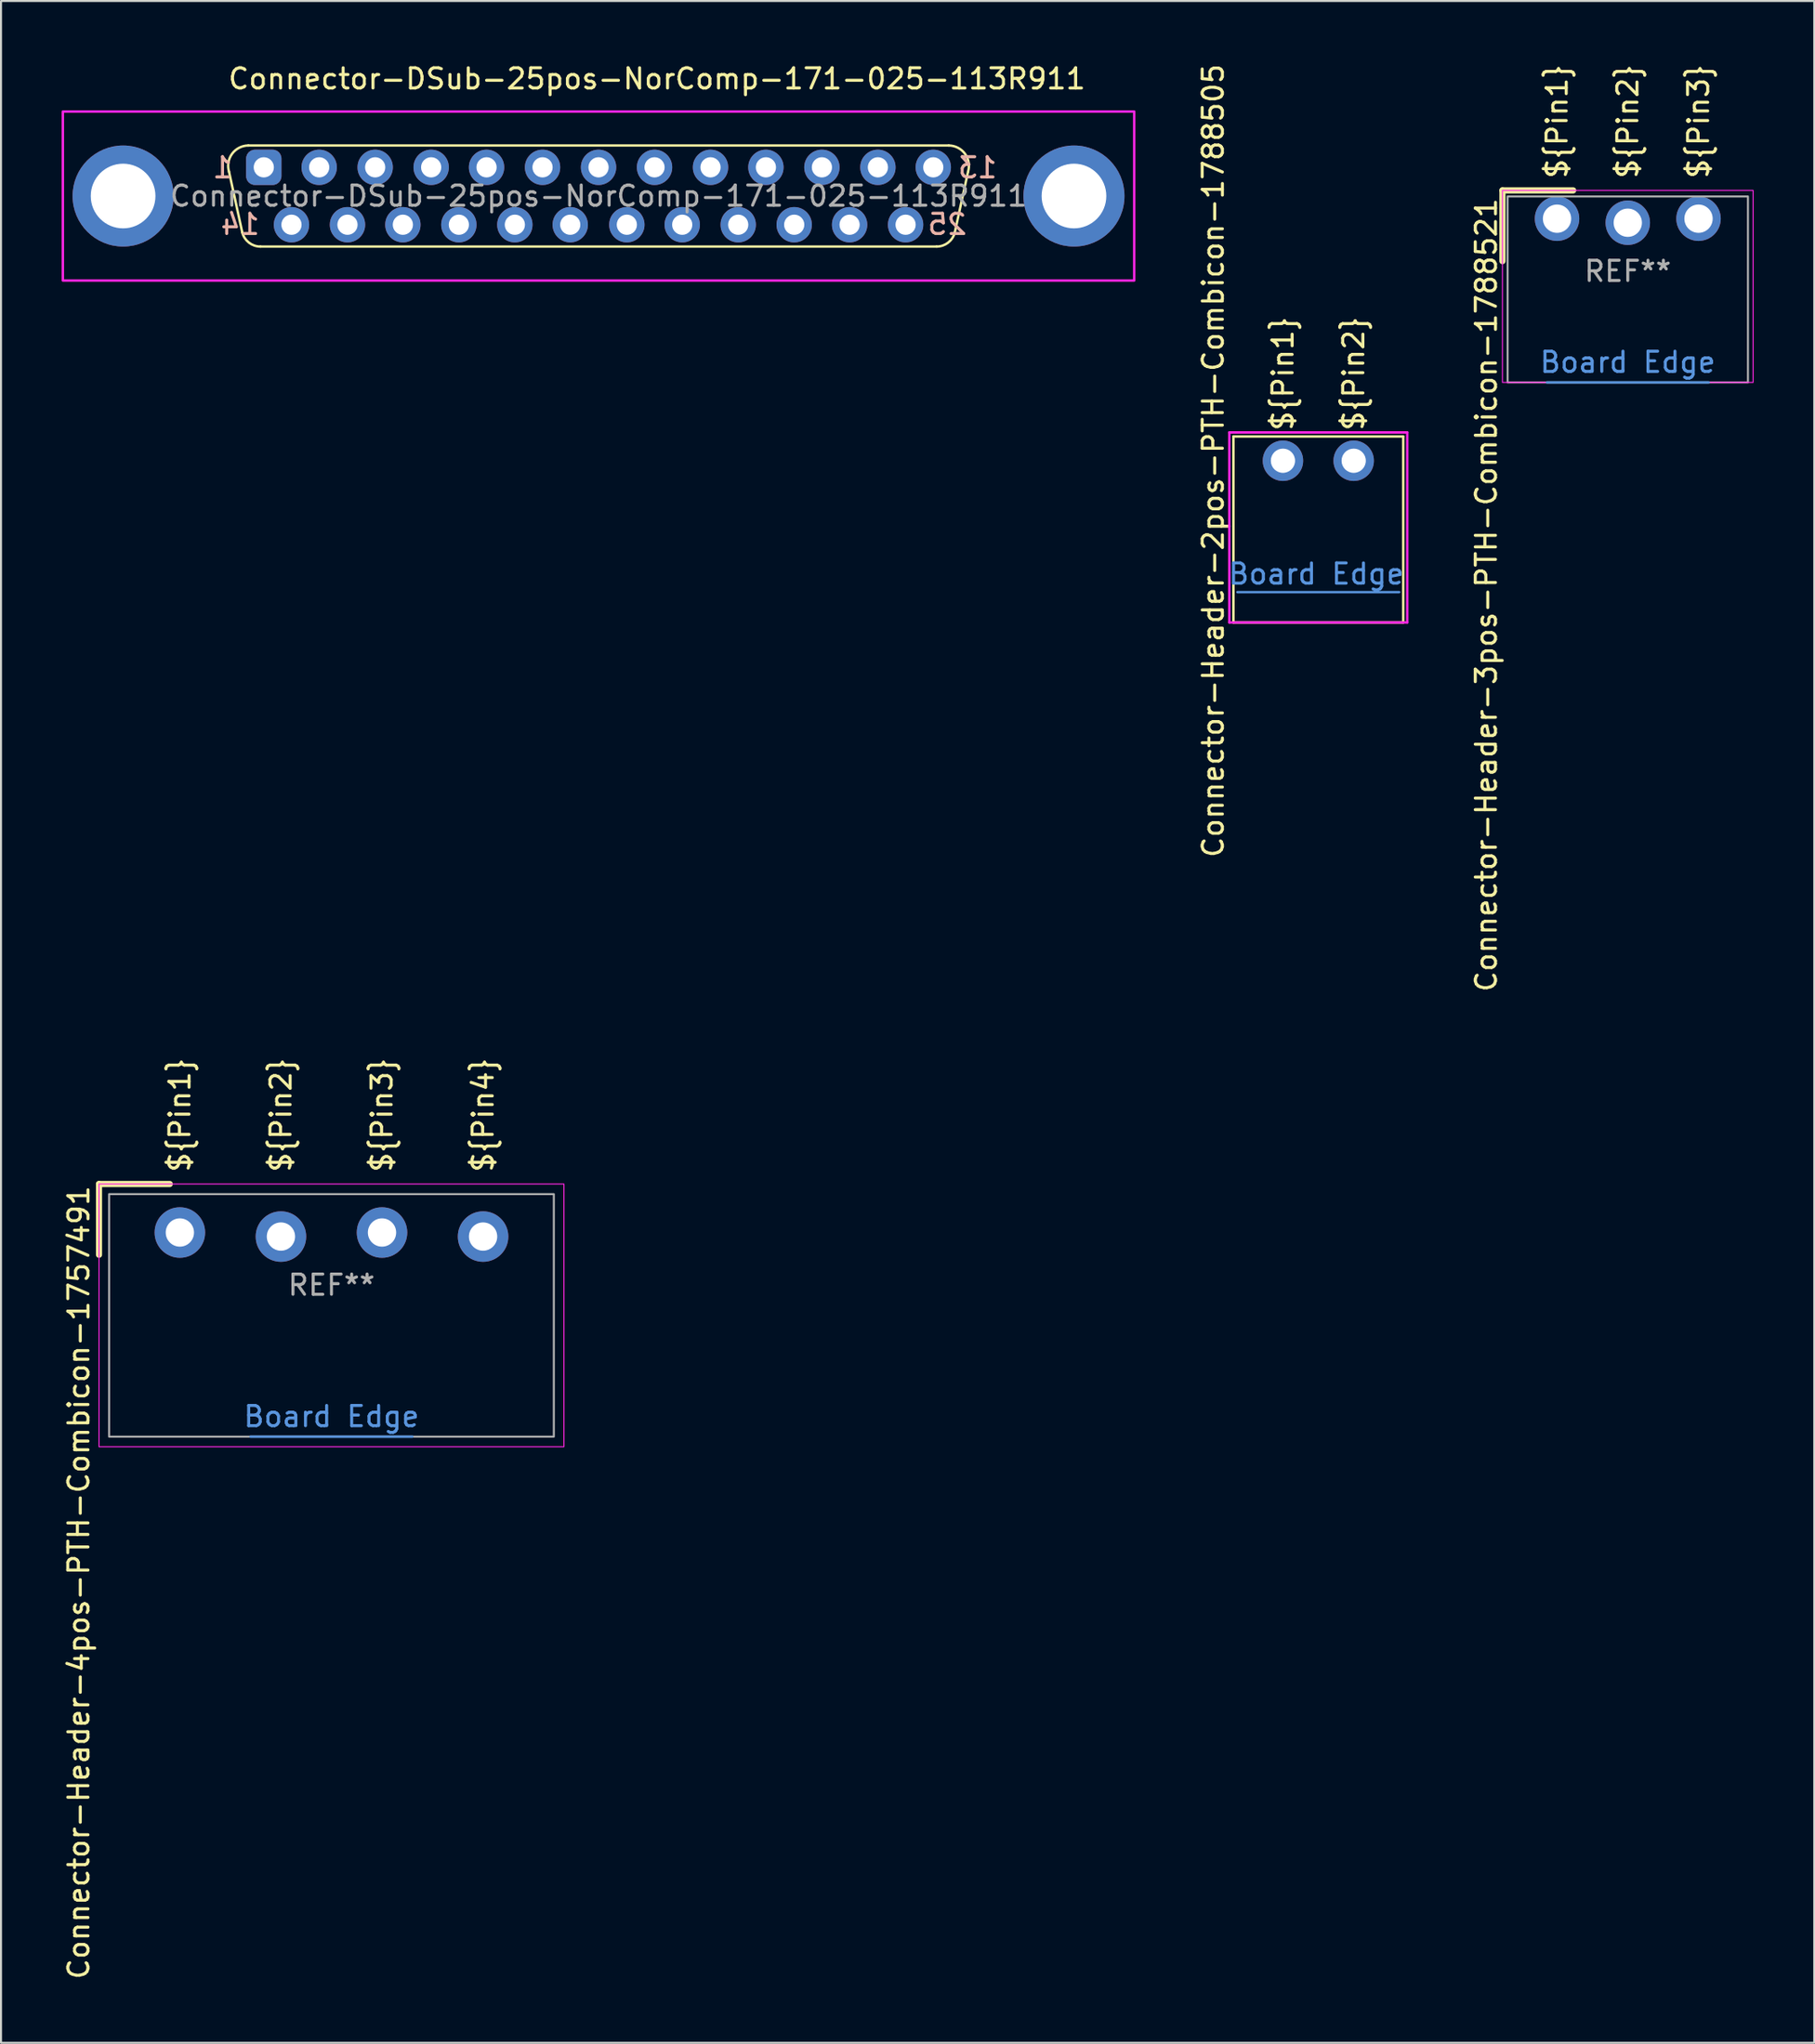
<source format=kicad_pcb>
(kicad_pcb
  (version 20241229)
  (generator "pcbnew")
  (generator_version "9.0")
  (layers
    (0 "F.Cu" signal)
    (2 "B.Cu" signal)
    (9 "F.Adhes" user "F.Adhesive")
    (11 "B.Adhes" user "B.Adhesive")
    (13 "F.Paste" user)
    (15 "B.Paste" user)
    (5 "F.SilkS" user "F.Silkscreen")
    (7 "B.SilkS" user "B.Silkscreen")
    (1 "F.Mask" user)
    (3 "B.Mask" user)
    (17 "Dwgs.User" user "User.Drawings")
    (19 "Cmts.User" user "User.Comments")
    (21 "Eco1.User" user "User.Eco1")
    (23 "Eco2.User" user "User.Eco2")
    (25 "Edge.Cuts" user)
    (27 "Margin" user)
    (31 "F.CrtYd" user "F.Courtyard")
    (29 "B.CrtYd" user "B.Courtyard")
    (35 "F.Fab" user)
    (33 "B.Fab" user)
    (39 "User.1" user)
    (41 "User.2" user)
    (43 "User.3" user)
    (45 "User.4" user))
  (footprint "Connector-DSub-25pos-NorComp-171-025-113R911"
    (layer "F.Cu")
    (at 26.56 6.648)
    (property "Reference" "Connector-DSub-25pos-NorComp-171-025-113R911" (at -18.4 -5.8 0) (unlocked yes) (layer "F.SilkS") (effects (font (size 1 1) (thickness 0.15)) (justify left)))
    (attr through_hole)
    (fp_line (start -17.625 1.8) (end -18.279 -1.2) (stroke (width 0.12) (type solid)) (layer "F.SilkS"))
    (fp_line (start -16.725 2.5) (end 16.725 2.5) (stroke (width 0.12) (type solid)) (layer "F.SilkS"))
    (fp_line (start 17.325 -2.5) (end -17.325 -2.5) (stroke (width 0.12) (type solid)) (layer "F.SilkS"))
    (fp_line (start 17.625 1.8) (end 18.279 -1.2) (stroke (width 0.12) (type solid)) (layer "F.SilkS"))
    (fp_arc (start -18.278929 -1.200001) (mid -18.128346 -2.089494) (end -17.325006 -2.500001) (stroke (width 0.12) (type solid)) (layer "F.SilkS"))
    (fp_arc (start -16.725006 2.499999) (mid -17.295569 2.305009) (end -17.625006 1.799999) (stroke (width 0.12) (type solid)) (layer "F.SilkS"))
    (fp_arc (start 17.324994 -2.500001) (mid 18.12835 -2.089503) (end 18.278917 -1.200001) (stroke (width 0.12) (type solid)) (layer "F.SilkS"))
    (fp_arc (start 17.624994 1.799999) (mid 17.295557 2.305008) (end 16.724994 2.499999) (stroke (width 0.12) (type solid)) (layer "F.SilkS"))
    (fp_rect (start -26.5 -4.18) (end 26.5 4.18) (stroke (width 0.12) (type solid)) (fill no) (layer "F.CrtYd"))
    (fp_text user "13" (at 17.7 -1.4 0) (unlocked yes) (layer "B.SilkS") (effects (font (size 1 1) (thickness 0.15)) (justify right mirror)))
    (fp_text user "25" (at 16.2 1.4 0) (unlocked yes) (layer "B.SilkS") (effects (font (size 1 1) (thickness 0.15)) (justify right mirror)))
    (fp_text user "1" (at -19.177 -1.4 0) (unlocked yes) (layer "B.SilkS") (effects (font (size 1 1) (thickness 0.15)) (justify right mirror)))
    (fp_text user "14" (at -16.677 1.4 0) (unlocked yes) (layer "B.SilkS") (effects (font (size 1 1) (thickness 0.15)) (justify left mirror)))
    (fp_text user "${REFERENCE}" (at 0 0 0) (unlocked yes) (layer "F.Fab") (effects (font (size 1 1) (thickness 0.15))))
    (pad "0" thru_hole circle (at -23.52 0 270) (size 5 5) (drill 3.2) (layers "*.Cu" "*.Mask"))
    (pad "0" thru_hole circle (at 23.52 0 270) (size 5 5) (drill 3.2) (layers "*.Cu" "*.Mask"))
    (pad "1" thru_hole roundrect (at -16.56 -1.42 270) (size 1.75 1.75) (drill 1) (layers "*.Cu" "*.Mask") (roundrect_rratio 0.25))
    (pad "2" thru_hole circle (at -13.82 -1.42 270) (size 1.75 1.75) (drill 1) (layers "*.Cu" "*.Mask"))
    (pad "3" thru_hole circle (at -11.05 -1.42 270) (size 1.75 1.75) (drill 1) (layers "*.Cu" "*.Mask"))
    (pad "4" thru_hole circle (at -8.28 -1.42 270) (size 1.75 1.75) (drill 1) (layers "*.Cu" "*.Mask"))
    (pad "5" thru_hole circle (at -5.54 -1.42 270) (size 1.75 1.75) (drill 1) (layers "*.Cu" "*.Mask"))
    (pad "6" thru_hole circle (at -2.77 -1.42 270) (size 1.75 1.75) (drill 1) (layers "*.Cu" "*.Mask"))
    (pad "7" thru_hole circle (at 0 -1.42 270) (size 1.75 1.75) (drill 1) (layers "*.Cu" "*.Mask"))
    (pad "8" thru_hole circle (at 2.77 -1.42 270) (size 1.75 1.75) (drill 1) (layers "*.Cu" "*.Mask"))
    (pad "9" thru_hole circle (at 5.54 -1.42 270) (size 1.75 1.75) (drill 1) (layers "*.Cu" "*.Mask"))
    (pad "10" thru_hole circle (at 8.28 -1.42 270) (size 1.75 1.75) (drill 1) (layers "*.Cu" "*.Mask"))
    (pad "11" thru_hole circle (at 11.05 -1.42 270) (size 1.75 1.75) (drill 1) (layers "*.Cu" "*.Mask"))
    (pad "12" thru_hole circle (at 13.82 -1.42 270) (size 1.75 1.75) (drill 1) (layers "*.Cu" "*.Mask"))
    (pad "13" thru_hole circle (at 16.56 -1.42 270) (size 1.75 1.75) (drill 1) (layers "*.Cu" "*.Mask"))
    (pad "14" thru_hole circle (at -15.19 1.42 270) (size 1.75 1.75) (drill 1) (layers "*.Cu" "*.Mask"))
    (pad "15" thru_hole circle (at -12.42 1.42 270) (size 1.75 1.75) (drill 1) (layers "*.Cu" "*.Mask"))
    (pad "16" thru_hole circle (at -9.68 1.42 270) (size 1.75 1.75) (drill 1) (layers "*.Cu" "*.Mask"))
    (pad "17" thru_hole circle (at -6.91 1.42 270) (size 1.75 1.75) (drill 1) (layers "*.Cu" "*.Mask"))
    (pad "18" thru_hole circle (at -4.14 1.42 270) (size 1.75 1.75) (drill 1) (layers "*.Cu" "*.Mask"))
    (pad "19" thru_hole circle (at -1.4 1.42 270) (size 1.75 1.75) (drill 1) (layers "*.Cu" "*.Mask"))
    (pad "20" thru_hole circle (at 1.4 1.42 270) (size 1.75 1.75) (drill 1) (layers "*.Cu" "*.Mask"))
    (pad "21" thru_hole circle (at 4.14 1.42 270) (size 1.75 1.75) (drill 1) (layers "*.Cu" "*.Mask"))
    (pad "22" thru_hole circle (at 6.91 1.42 270) (size 1.75 1.75) (drill 1) (layers "*.Cu" "*.Mask"))
    (pad "23" thru_hole circle (at 9.68 1.42 270) (size 1.75 1.75) (drill 1) (layers "*.Cu" "*.Mask"))
    (pad "24" thru_hole circle (at 12.42 1.42 270) (size 1.75 1.75) (drill 1) (layers "*.Cu" "*.Mask"))
    (pad "25" thru_hole circle (at 15.19 1.42 270) (size 1.75 1.75) (drill 1) (layers "*.Cu" "*.Mask")))
  (footprint "Connector-Header-4pos-PTH-Combicon-1757491"
    (layer "F.Cu")
    (at 13.348 58.026)
    (property "Reference" "Connector-Header-4pos-PTH-Combicon-1757491" (at -12.5 -2.5 90) (unlocked yes) (layer "F.SilkS") (effects (font (size 1 1) (thickness 0.15)) (justify right)))
    (attr through_hole)
    (fp_line (start -11.5 -2.5) (end -11.5 1) (stroke (width 0.305) (type default)) (layer "F.SilkS"))
    (fp_line (start -8 -2.5) (end -11.5 -2.5) (stroke (width 0.305) (type default)) (layer "F.SilkS"))
    (fp_line (start 4 10) (end -4 10) (stroke (width 0.12) (type solid)) (layer "Cmts.User"))
    (fp_rect (start -11.5 -2.5) (end 11.5 10.5) (stroke (width 0.05) (type default)) (fill no) (layer "F.CrtYd"))
    (fp_rect (start -11 -2) (end 11 10) (stroke (width 0.1) (type default)) (fill no) (layer "F.Fab"))
    (fp_text user "${Pin2}" (at -2.5 -3 90) (unlocked yes) (layer "F.SilkS") (effects (font (size 1 1) (thickness 0.15)) (justify left)))
    (fp_text user "${Pin3}" (at 2.5 -3 90) (unlocked yes) (layer "F.SilkS") (effects (font (size 1 1) (thickness 0.15)) (justify left)))
    (fp_text user "${Pin4}" (at 7.5 -3 90) (unlocked yes) (layer "F.SilkS") (effects (font (size 1 1) (thickness 0.15)) (justify left)))
    (fp_text user "${Pin1}" (at -7.5 -3 90) (unlocked yes) (layer "F.SilkS") (effects (font (size 1 1) (thickness 0.15)) (justify left)))
    (fp_text user "Board Edge" (at 0 9 0) (unlocked yes) (layer "Cmts.User") (effects (font (size 1 1) (thickness 0.15))))
    (fp_text user "REF**" (at 0 2.5 0) (unlocked yes) (layer "F.Fab") (effects (font (size 1 1) (thickness 0.15))))
    (pad "1" thru_hole circle (at -7.5 -0.1) (size 2.5 2.5) (drill 1.4) (layers "*.Cu" "*.Mask"))
    (pad "2" thru_hole circle (at -2.5 0.1) (size 2.5 2.5) (drill 1.4) (layers "*.Cu" "*.Mask"))
    (pad "3" thru_hole circle (at 2.5 -0.1) (size 2.5 2.5) (drill 1.4) (layers "*.Cu" "*.Mask"))
    (pad "4" thru_hole circle (at 7.5 0.1) (size 2.5 2.5) (drill 1.4) (layers "*.Cu" "*.Mask")))
  (footprint "Connector-Header-3pos-PTH-Combicon-1788521"
    (layer "F.Cu")
    (at 77.477 7.869)
    (property "Reference" "Connector-Header-3pos-PTH-Combicon-1788521" (at -7 -1.2 90) (unlocked yes) (layer "F.SilkS") (effects (font (size 1 1) (thickness 0.15)) (justify right)))
    (attr through_hole)
    (fp_line (start -6.2 -1.5) (end -6.2 2) (stroke (width 0.305) (type default)) (layer "F.SilkS"))
    (fp_line (start -2.7 -1.5) (end -6.2 -1.5) (stroke (width 0.305) (type default)) (layer "F.SilkS"))
    (fp_line (start 4 8) (end -4 8) (stroke (width 0.12) (type solid)) (layer "Cmts.User"))
    (fp_rect (start -6.2 -1.5) (end 6.2 8) (stroke (width 0.05) (type default)) (fill no) (layer "F.CrtYd"))
    (fp_rect (start -5.945 -1.2) (end 5.945 8) (stroke (width 0.1) (type default)) (fill no) (layer "F.Fab"))
    (fp_text user "${Pin1}" (at -3.5 -2 90) (unlocked yes) (layer "F.SilkS") (effects (font (size 1 1) (thickness 0.15)) (justify left)))
    (fp_text user "${Pin3}" (at 3.5 -2 90) (unlocked yes) (layer "F.SilkS") (effects (font (size 1 1) (thickness 0.15)) (justify left)))
    (fp_text user "${Pin2}" (at 0 -2 90) (unlocked yes) (layer "F.SilkS") (effects (font (size 1 1) (thickness 0.15)) (justify left)))
    (fp_text user "Board Edge" (at 0 7 0) (unlocked yes) (layer "Cmts.User") (effects (font (size 1 1) (thickness 0.15))))
    (fp_text user "REF**" (at 0 2.5 0) (unlocked yes) (layer "F.Fab") (effects (font (size 1 1) (thickness 0.15))))
    (pad "1" thru_hole circle (at -3.5 -0.1) (size 2.2 2.2) (drill 1.4) (layers "*.Cu" "*.Mask"))
    (pad "2" thru_hole circle (at 0 0.1) (size 2.2 2.2) (drill 1.4) (layers "*.Cu" "*.Mask"))
    (pad "3" thru_hole circle (at 3.5 -0.1) (size 2.2 2.2) (drill 1.4) (layers "*.Cu" "*.Mask")))
  (footprint "Connector-Header-2pos-PTH-Combicon-1788505"
    (layer "F.Cu")
    (at 62.168 19.744)
    (property "Reference" "Connector-Header-2pos-PTH-Combicon-1788505" (at -5.2 0 90) (unlocked yes) (layer "F.SilkS") (effects (font (size 1 1) (thickness 0.15))))
    (attr through_hole)
    (fp_line (start -4.2 -1.2) (end -4.2 8) (stroke (width 0.12) (type solid)) (layer "F.SilkS"))
    (fp_line (start 4.2 -1.2) (end -4.2 -1.2) (stroke (width 0.12) (type solid)) (layer "F.SilkS"))
    (fp_line (start 4.2 -1.2) (end 4.2 8) (stroke (width 0.12) (type solid)) (layer "F.SilkS"))
    (fp_line (start 4.2 8) (end -4.2 8) (stroke (width 0.12) (type solid)) (layer "F.SilkS"))
    (fp_line (start 4 6.5) (end -4 6.5) (stroke (width 0.12) (type solid)) (layer "Cmts.User"))
    (fp_line (start -4.4 -1.4) (end -4.4 8) (stroke (width 0.12) (type solid)) (layer "F.CrtYd"))
    (fp_line (start -4.4 8) (end 4.4 8) (stroke (width 0.12) (type solid)) (layer "F.CrtYd"))
    (fp_line (start 4.4 -1.4) (end -4.4 -1.4) (stroke (width 0.12) (type solid)) (layer "F.CrtYd"))
    (fp_line (start 4.4 8) (end 4.4 -1.4) (stroke (width 0.12) (type solid)) (layer "F.CrtYd"))
    (fp_text user "${Pin1}" (at -1.75 -1.4 90) (unlocked yes) (layer "F.SilkS") (effects (font (size 1 1) (thickness 0.15)) (justify left)))
    (fp_text user "${Pin2}" (at 1.75 -1.4 90) (unlocked yes) (layer "F.SilkS") (effects (font (size 1 1) (thickness 0.15)) (justify left)))
    (fp_text user "Board Edge" (at -0.1 5.6 0) (unlocked yes) (layer "Cmts.User") (effects (font (size 1 1) (thickness 0.15))))
    (pad "1" thru_hole circle (at -1.75 0) (size 2 2) (drill 1.2) (layers "*.Cu" "*.Mask"))
    (pad "2" thru_hole circle (at 1.75 0) (size 2 2) (drill 1.2) (layers "*.Cu" "*.Mask")))
  (gr_rect
    (start -3 -3)
    (end 86.701 98.014)
    (stroke (width 0.1) (type default))
    (fill no)
    (layer "Edge.Cuts")))
</source>
